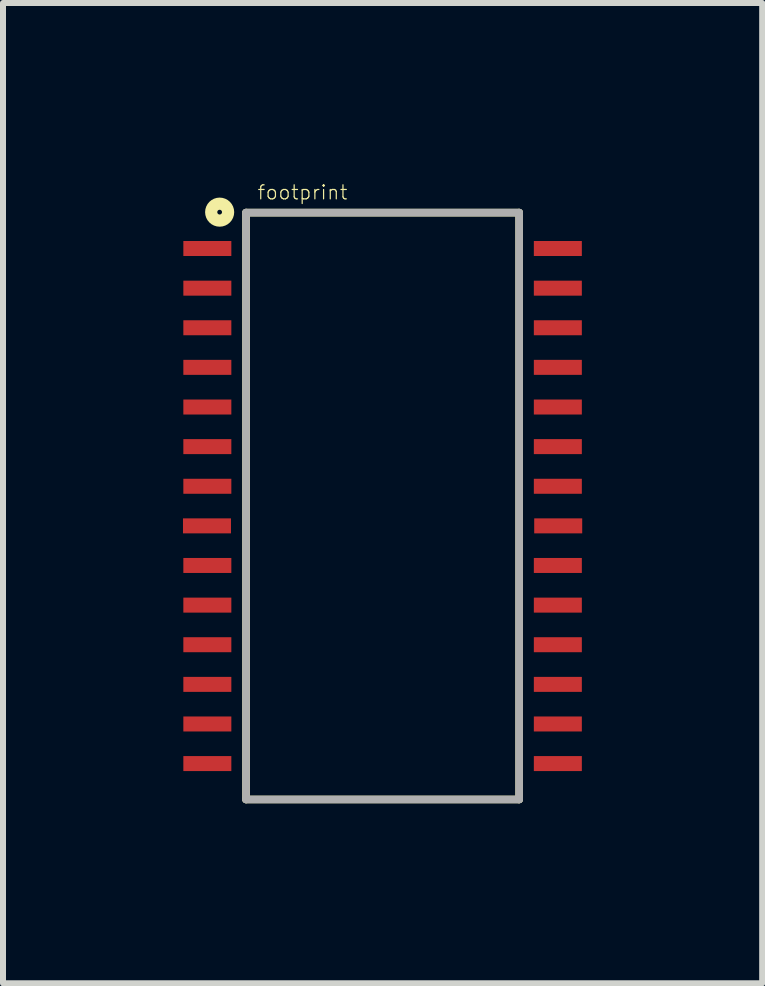
<source format=kicad_pcb>
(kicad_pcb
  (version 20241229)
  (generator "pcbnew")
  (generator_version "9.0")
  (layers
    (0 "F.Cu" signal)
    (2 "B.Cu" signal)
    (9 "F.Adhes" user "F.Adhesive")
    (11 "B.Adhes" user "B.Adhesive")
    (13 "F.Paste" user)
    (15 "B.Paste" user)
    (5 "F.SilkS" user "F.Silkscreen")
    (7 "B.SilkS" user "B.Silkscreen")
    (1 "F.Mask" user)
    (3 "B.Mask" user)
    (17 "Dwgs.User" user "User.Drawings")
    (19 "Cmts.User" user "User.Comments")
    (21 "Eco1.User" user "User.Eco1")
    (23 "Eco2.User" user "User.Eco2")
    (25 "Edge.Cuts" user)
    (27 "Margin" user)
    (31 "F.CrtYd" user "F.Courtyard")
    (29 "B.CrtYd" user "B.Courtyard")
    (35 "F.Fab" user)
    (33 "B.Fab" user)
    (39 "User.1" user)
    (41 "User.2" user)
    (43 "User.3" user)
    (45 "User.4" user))
  (footprint "footprint"
    (layer "F.Cu")
    (at 3.327 5.715)
    (property "Reference" "footprint" (at -2.1 -5.421 0) (layer "F.SilkS") (effects (font (size 0.234 0.234) (thickness 0.02)) (justify left bottom)))
    (fp_line (start -2.276 -5.221) (end 2.276 -5.221) (stroke (width 0.127) (type solid)) (layer "F.SilkS"))
    (fp_line (start -2.276 4.56) (end -2.276 -5.221) (stroke (width 0.127) (type solid)) (layer "F.SilkS"))
    (fp_line (start 2.276 -5.221) (end 2.276 4.56) (stroke (width 0.127) (type solid)) (layer "F.SilkS"))
    (fp_line (start 2.276 4.56) (end -2.276 4.56) (stroke (width 0.127) (type solid)) (layer "F.SilkS"))
    (fp_circle (center -2.716 -5.229) (end -2.575 -5.229) (stroke (width 0.203) (type solid)) (fill no) (layer "F.SilkS"))
    (fp_line (start -2.276 -5.221) (end -2.276 4.56) (stroke (width 0.127) (type solid)) (layer "F.Fab"))
    (fp_line (start -2.276 4.56) (end 2.276 4.56) (stroke (width 0.127) (type solid)) (layer "F.Fab"))
    (fp_line (start 2.276 -5.221) (end -2.276 -5.221) (stroke (width 0.127) (type solid)) (layer "F.Fab"))
    (fp_line (start 2.276 4.56) (end 2.276 -5.221) (stroke (width 0.127) (type solid)) (layer "F.Fab"))
    (pad "1" smd rect (at -2.921 -4.623) (size 0.8 0.25) (layers "F.Cu" "F.Mask" "F.Paste"))
    (pad "2" smd rect (at -2.921 -3.962) (size 0.8 0.25) (layers "F.Cu" "F.Mask" "F.Paste"))
    (pad "3" smd rect (at -2.921 -3.302) (size 0.8 0.25) (layers "F.Cu" "F.Mask" "F.Paste"))
    (pad "4" smd rect (at -2.921 -2.642) (size 0.8 0.25) (layers "F.Cu" "F.Mask" "F.Paste"))
    (pad "5" smd rect (at -2.921 -1.981) (size 0.8 0.25) (layers "F.Cu" "F.Mask" "F.Paste"))
    (pad "6" smd rect (at -2.921 -1.321) (size 0.8 0.25) (layers "F.Cu" "F.Mask" "F.Paste"))
    (pad "7" smd rect (at -2.921 -0.66) (size 0.8 0.25) (layers "F.Cu" "F.Mask" "F.Paste"))
    (pad "8" smd rect (at -2.927 0) (size 0.8 0.25) (layers "F.Cu" "F.Mask" "F.Paste"))
    (pad "9" smd rect (at -2.921 0.66) (size 0.8 0.25) (layers "F.Cu" "F.Mask" "F.Paste"))
    (pad "10" smd rect (at -2.921 1.321) (size 0.8 0.25) (layers "F.Cu" "F.Mask" "F.Paste"))
    (pad "11" smd rect (at -2.921 1.981) (size 0.8 0.25) (layers "F.Cu" "F.Mask" "F.Paste"))
    (pad "12" smd rect (at -2.921 2.642) (size 0.8 0.25) (layers "F.Cu" "F.Mask" "F.Paste"))
    (pad "13" smd rect (at -2.921 3.302) (size 0.8 0.25) (layers "F.Cu" "F.Mask" "F.Paste"))
    (pad "14" smd rect (at -2.921 3.962) (size 0.8 0.25) (layers "F.Cu" "F.Mask" "F.Paste"))
    (pad "15" smd rect (at 2.921 3.962) (size 0.8 0.25) (layers "F.Cu" "F.Mask" "F.Paste"))
    (pad "16" smd rect (at 2.921 3.302) (size 0.8 0.25) (layers "F.Cu" "F.Mask" "F.Paste"))
    (pad "17" smd rect (at 2.921 2.642) (size 0.8 0.25) (layers "F.Cu" "F.Mask" "F.Paste"))
    (pad "18" smd rect (at 2.921 1.981) (size 0.8 0.25) (layers "F.Cu" "F.Mask" "F.Paste"))
    (pad "19" smd rect (at 2.921 1.321) (size 0.8 0.25) (layers "F.Cu" "F.Mask" "F.Paste"))
    (pad "20" smd rect (at 2.921 0.66) (size 0.8 0.25) (layers "F.Cu" "F.Mask" "F.Paste"))
    (pad "21" smd rect (at 2.927 0) (size 0.8 0.25) (layers "F.Cu" "F.Mask" "F.Paste"))
    (pad "22" smd rect (at 2.921 -0.66) (size 0.8 0.25) (layers "F.Cu" "F.Mask" "F.Paste"))
    (pad "23" smd rect (at 2.921 -1.321) (size 0.8 0.25) (layers "F.Cu" "F.Mask" "F.Paste"))
    (pad "24" smd rect (at 2.921 -1.981) (size 0.8 0.25) (layers "F.Cu" "F.Mask" "F.Paste"))
    (pad "25" smd rect (at 2.921 -2.642) (size 0.8 0.25) (layers "F.Cu" "F.Mask" "F.Paste"))
    (pad "26" smd rect (at 2.921 -3.302) (size 0.8 0.25) (layers "F.Cu" "F.Mask" "F.Paste"))
    (pad "27" smd rect (at 2.921 -3.962) (size 0.8 0.25) (layers "F.Cu" "F.Mask" "F.Paste"))
    (pad "28" smd rect (at 2.921 -4.623) (size 0.8 0.25) (layers "F.Cu" "F.Mask" "F.Paste")))
  (gr_rect
    (start -3 -3)
    (end 9.654 13.339)
    (stroke (width 0.1) (type default))
    (fill no)
    (layer "Edge.Cuts")))
</source>
